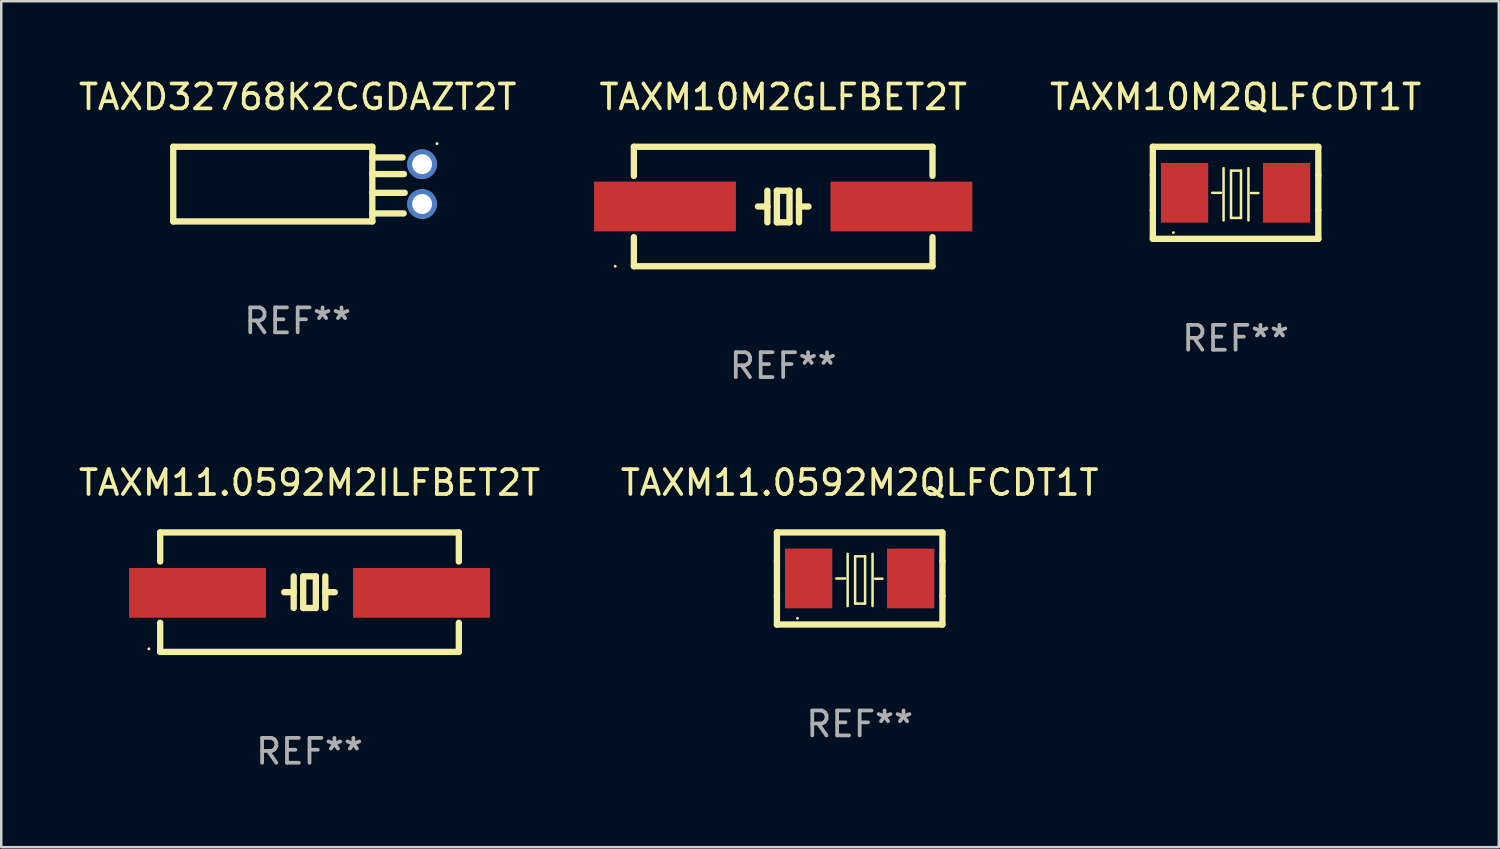
<source format=kicad_pcb>
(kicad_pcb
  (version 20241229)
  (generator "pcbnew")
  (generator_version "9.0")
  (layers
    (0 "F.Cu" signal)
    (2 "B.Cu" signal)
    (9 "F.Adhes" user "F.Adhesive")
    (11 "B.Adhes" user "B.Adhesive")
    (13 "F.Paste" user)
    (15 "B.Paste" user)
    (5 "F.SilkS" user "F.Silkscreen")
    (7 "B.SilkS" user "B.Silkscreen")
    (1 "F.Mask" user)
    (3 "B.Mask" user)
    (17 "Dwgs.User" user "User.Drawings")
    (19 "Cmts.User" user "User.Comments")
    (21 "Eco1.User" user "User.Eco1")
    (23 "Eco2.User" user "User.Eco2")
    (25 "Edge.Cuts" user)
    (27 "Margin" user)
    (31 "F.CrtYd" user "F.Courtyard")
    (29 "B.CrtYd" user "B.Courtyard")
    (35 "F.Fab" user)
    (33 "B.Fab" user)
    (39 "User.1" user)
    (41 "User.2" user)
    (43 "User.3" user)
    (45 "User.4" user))
  (footprint "TAXM10M2QLFCDT1T"
    (layer "F.Cu")
    (at 46.599 4.698)
    (property "Reference" "TAXM10M2QLFCDT1T" (at 0 -3.85 0) (layer "F.SilkS") (effects (font (size 1 1) (thickness 0.15))))
    (attr through_hole)
    (fp_line (start -3.325 0.7) (end -3.325 -0.7) (stroke (width 0.254) (type solid)) (layer "F.SilkS"))
    (fp_line (start -3.325 -1.85) (end 3.325 -1.85) (stroke (width 0.254) (type solid)) (layer "F.SilkS"))
    (fp_line (start -3.325 -0.7) (end -3.325 -1.85) (stroke (width 0.254) (type solid)) (layer "F.SilkS"))
    (fp_line (start -3.325 1.85) (end -3.325 0.7) (stroke (width 0.254) (type solid)) (layer "F.SilkS"))
    (fp_line (start -0.94 -0.000127) (end -0.584 -0.000127) (stroke (width 0.1) (type solid)) (layer "F.SilkS"))
    (fp_line (start -0.483 -0.991) (end -0.483 1.109) (stroke (width 0.1) (type solid)) (layer "F.SilkS"))
    (fp_line (start -0.183 -0.891) (end -0.183 1.009) (stroke (width 0.1) (type solid)) (layer "F.SilkS"))
    (fp_line (start -0.183 1.009) (end 0.217 1.009) (stroke (width 0.1) (type solid)) (layer "F.SilkS"))
    (fp_line (start 0.217 -0.891) (end -0.183 -0.891) (stroke (width 0.1) (type solid)) (layer "F.SilkS"))
    (fp_line (start 0.217 1.009) (end 0.217 -0.891) (stroke (width 0.1) (type solid)) (layer "F.SilkS"))
    (fp_line (start 0.517 -0.991) (end 0.517 1.109) (stroke (width 0.1) (type solid)) (layer "F.SilkS"))
    (fp_line (start 0.617 0.009) (end 0.917 0.009) (stroke (width 0.1) (type solid)) (layer "F.SilkS"))
    (fp_line (start 3.325 -1.85) (end 3.325 -0.7) (stroke (width 0.254) (type solid)) (layer "F.SilkS"))
    (fp_line (start 3.325 0.7) (end 3.325 1.85) (stroke (width 0.254) (type solid)) (layer "F.SilkS"))
    (fp_line (start 3.325 1.85) (end -3.325 1.85) (stroke (width 0.254) (type solid)) (layer "F.SilkS"))
    (fp_line (start 3.325 -0.7) (end 3.325 0.7) (stroke (width 0.254) (type solid)) (layer "F.SilkS"))
    (fp_circle (center -2.5 1.6) (end -2.47 1.6) (stroke (width 0.06) (type solid)) (fill no) (layer "F.SilkS"))
    (fp_text user "REF**" (at 0 5.85 0) (layer "F.Fab") (effects (font (size 1 1) (thickness 0.15))))
    (pad "1" smd rect (at -2.05 -0.000127) (size 1.9 2.4) (layers "F.Cu" "F.Mask" "F.Paste"))
    (pad "2" smd rect (at 2.05 -0.000127) (size 1.9 2.4) (layers "F.Cu" "F.Mask" "F.Paste")))
  (footprint "TAXM11.0592M2QLFCDT1T"
    (layer "F.Cu")
    (at 31.494 20.195)
    (property "Reference" "TAXM11.0592M2QLFCDT1T" (at 0 -3.85 0) (layer "F.SilkS") (effects (font (size 1 1) (thickness 0.15))))
    (attr through_hole)
    (fp_line (start -3.325 0.7) (end -3.325 -0.7) (stroke (width 0.254) (type solid)) (layer "F.SilkS"))
    (fp_line (start -3.325 -1.85) (end 3.325 -1.85) (stroke (width 0.254) (type solid)) (layer "F.SilkS"))
    (fp_line (start -3.325 -0.7) (end -3.325 -1.85) (stroke (width 0.254) (type solid)) (layer "F.SilkS"))
    (fp_line (start -3.325 1.85) (end -3.325 0.7) (stroke (width 0.254) (type solid)) (layer "F.SilkS"))
    (fp_line (start -0.94 -0.000127) (end -0.584 -0.000127) (stroke (width 0.1) (type solid)) (layer "F.SilkS"))
    (fp_line (start -0.483 -0.991) (end -0.483 1.109) (stroke (width 0.1) (type solid)) (layer "F.SilkS"))
    (fp_line (start -0.183 -0.891) (end -0.183 1.009) (stroke (width 0.1) (type solid)) (layer "F.SilkS"))
    (fp_line (start -0.183 1.009) (end 0.217 1.009) (stroke (width 0.1) (type solid)) (layer "F.SilkS"))
    (fp_line (start 0.217 -0.891) (end -0.183 -0.891) (stroke (width 0.1) (type solid)) (layer "F.SilkS"))
    (fp_line (start 0.217 1.009) (end 0.217 -0.891) (stroke (width 0.1) (type solid)) (layer "F.SilkS"))
    (fp_line (start 0.517 -0.991) (end 0.517 1.109) (stroke (width 0.1) (type solid)) (layer "F.SilkS"))
    (fp_line (start 0.617 0.009) (end 0.917 0.009) (stroke (width 0.1) (type solid)) (layer "F.SilkS"))
    (fp_line (start 3.325 -1.85) (end 3.325 -0.7) (stroke (width 0.254) (type solid)) (layer "F.SilkS"))
    (fp_line (start 3.325 0.7) (end 3.325 1.85) (stroke (width 0.254) (type solid)) (layer "F.SilkS"))
    (fp_line (start 3.325 1.85) (end -3.325 1.85) (stroke (width 0.254) (type solid)) (layer "F.SilkS"))
    (fp_line (start 3.325 -0.7) (end 3.325 0.7) (stroke (width 0.254) (type solid)) (layer "F.SilkS"))
    (fp_circle (center -2.5 1.6) (end -2.47 1.6) (stroke (width 0.06) (type solid)) (fill no) (layer "F.SilkS"))
    (fp_text user "REF**" (at 0 5.85 0) (layer "F.Fab") (effects (font (size 1 1) (thickness 0.15))))
    (pad "1" smd rect (at -2.05 -0.000127) (size 1.9 2.4) (layers "F.Cu" "F.Mask" "F.Paste"))
    (pad "2" smd rect (at 2.05 -0.000127) (size 1.9 2.4) (layers "F.Cu" "F.Mask" "F.Paste")))
  (footprint "TAXD32768K2CGDAZT2T"
    (layer "F.Cu")
    (at 8.911 4.348)
    (property "Reference" "TAXD32768K2CGDAZT2T" (at 0 -3.5 0) (layer "F.SilkS") (effects (font (size 1 1) (thickness 0.15))))
    (attr through_hole)
    (fp_line (start -5 -1.5) (end -5 1.5) (stroke (width 0.254) (type solid)) (layer "F.SilkS"))
    (fp_line (start 3 -1.5) (end -5 -1.5) (stroke (width 0.254) (type solid)) (layer "F.SilkS"))
    (fp_line (start 3 -1.5) (end 3 1.5) (stroke (width 0.254) (type solid)) (layer "F.SilkS"))
    (fp_line (start 3 -1.071) (end 4.214 -1.071) (stroke (width 0.254) (type solid)) (layer "F.SilkS"))
    (fp_line (start 3 -0.403) (end 4.27 -0.403) (stroke (width 0.254) (type solid)) (layer "F.SilkS"))
    (fp_line (start 3 0.35) (end 4.302 0.35) (stroke (width 0.254) (type solid)) (layer "F.SilkS"))
    (fp_line (start 3 1.178) (end 4.26 1.178) (stroke (width 0.254) (type solid)) (layer "F.SilkS"))
    (fp_line (start 3 1.5) (end -5 1.5) (stroke (width 0.254) (type solid)) (layer "F.SilkS"))
    (fp_circle (center 5.6 -1.627) (end 5.63 -1.627) (stroke (width 0.06) (type solid)) (fill no) (layer "F.SilkS"))
    (fp_text user "REF**" (at 0 5.5 0) (layer "F.Fab") (effects (font (size 1 1) (thickness 0.15))))
    (pad "1" thru_hole circle (at 5 -0.8) (size 1.2 1.2) (drill 0.8) (layers "*.Cu" "*.Mask"))
    (pad "2" thru_hole circle (at 5 0.8) (size 1.2 1.2) (drill 0.8) (layers "*.Cu" "*.Mask")))
  (footprint "TAXM10M2GLFBET2T"
    (layer "F.Cu")
    (at 28.421 5.248)
    (property "Reference" "TAXM10M2GLFBET2T" (at 0 -4.4 0) (layer "F.SilkS") (effects (font (size 1 1) (thickness 0.15))))
    (attr through_hole)
    (fp_line (start -6 -2.4) (end -6 -1.231) (stroke (width 0.254) (type solid)) (layer "F.SilkS"))
    (fp_line (start -6 -2.4) (end 6 -2.4) (stroke (width 0.254) (type solid)) (layer "F.SilkS"))
    (fp_line (start -6 1.231) (end -6 2.4) (stroke (width 0.254) (type solid)) (layer "F.SilkS"))
    (fp_line (start -6 2.4) (end 6 2.4) (stroke (width 0.254) (type solid)) (layer "F.SilkS"))
    (fp_line (start -0.635 -0.635) (end -0.635 0) (stroke (width 0.254) (type solid)) (layer "F.SilkS"))
    (fp_line (start -0.635 0) (end -1.016 0) (stroke (width 0.254) (type solid)) (layer "F.SilkS"))
    (fp_line (start -0.635 0) (end -0.635 0.635) (stroke (width 0.254) (type solid)) (layer "F.SilkS"))
    (fp_line (start -0.254 -0.635) (end -0.254 0.635) (stroke (width 0.254) (type solid)) (layer "F.SilkS"))
    (fp_line (start -0.254 0.635) (end 0.254 0.635) (stroke (width 0.254) (type solid)) (layer "F.SilkS"))
    (fp_line (start 0.254 -0.635) (end -0.254 -0.635) (stroke (width 0.254) (type solid)) (layer "F.SilkS"))
    (fp_line (start 0.254 0.635) (end 0.254 -0.635) (stroke (width 0.254) (type solid)) (layer "F.SilkS"))
    (fp_line (start 0.635 -0.635) (end 0.635 0) (stroke (width 0.254) (type solid)) (layer "F.SilkS"))
    (fp_line (start 0.635 0) (end 0.635 0.635) (stroke (width 0.254) (type solid)) (layer "F.SilkS"))
    (fp_line (start 0.635 0) (end 1.016 0) (stroke (width 0.254) (type solid)) (layer "F.SilkS"))
    (fp_line (start 6 -2.4) (end 6 -1.231) (stroke (width 0.254) (type solid)) (layer "F.SilkS"))
    (fp_line (start 6 1.231) (end 6 2.4) (stroke (width 0.254) (type solid)) (layer "F.SilkS"))
    (fp_circle (center -6.75 2.4) (end -6.72 2.4) (stroke (width 0.06) (type solid)) (fill no) (layer "F.SilkS"))
    (fp_text user "REF**" (at 0 6.4 0) (layer "F.Fab") (effects (font (size 1 1) (thickness 0.15))))
    (pad "1" smd rect (at -4.75 0) (size 5.7 2) (layers "F.Cu" "F.Mask" "F.Paste"))
    (pad "2" smd rect (at 4.75 0) (size 5.7 2) (layers "F.Cu" "F.Mask" "F.Paste")))
  (footprint "TAXM11.0592M2ILFBET2T"
    (layer "F.Cu")
    (at 9.387 20.745)
    (property "Reference" "TAXM11.0592M2ILFBET2T" (at 0 -4.4 0) (layer "F.SilkS") (effects (font (size 1 1) (thickness 0.15))))
    (attr through_hole)
    (fp_line (start -6 -2.4) (end -6 -1.231) (stroke (width 0.254) (type solid)) (layer "F.SilkS"))
    (fp_line (start -6 -2.4) (end 6 -2.4) (stroke (width 0.254) (type solid)) (layer "F.SilkS"))
    (fp_line (start -6 1.231) (end -6 2.4) (stroke (width 0.254) (type solid)) (layer "F.SilkS"))
    (fp_line (start -6 2.4) (end 6 2.4) (stroke (width 0.254) (type solid)) (layer "F.SilkS"))
    (fp_line (start -0.635 -0.635) (end -0.635 0) (stroke (width 0.254) (type solid)) (layer "F.SilkS"))
    (fp_line (start -0.635 0) (end -1.016 0) (stroke (width 0.254) (type solid)) (layer "F.SilkS"))
    (fp_line (start -0.635 0) (end -0.635 0.635) (stroke (width 0.254) (type solid)) (layer "F.SilkS"))
    (fp_line (start -0.254 -0.635) (end -0.254 0.635) (stroke (width 0.254) (type solid)) (layer "F.SilkS"))
    (fp_line (start -0.254 0.635) (end 0.254 0.635) (stroke (width 0.254) (type solid)) (layer "F.SilkS"))
    (fp_line (start 0.254 -0.635) (end -0.254 -0.635) (stroke (width 0.254) (type solid)) (layer "F.SilkS"))
    (fp_line (start 0.254 0.635) (end 0.254 -0.635) (stroke (width 0.254) (type solid)) (layer "F.SilkS"))
    (fp_line (start 0.635 -0.635) (end 0.635 0) (stroke (width 0.254) (type solid)) (layer "F.SilkS"))
    (fp_line (start 0.635 0) (end 0.635 0.635) (stroke (width 0.254) (type solid)) (layer "F.SilkS"))
    (fp_line (start 0.635 0) (end 1.016 0) (stroke (width 0.254) (type solid)) (layer "F.SilkS"))
    (fp_line (start 6 -2.4) (end 6 -1.231) (stroke (width 0.254) (type solid)) (layer "F.SilkS"))
    (fp_line (start 6 1.231) (end 6 2.4) (stroke (width 0.254) (type solid)) (layer "F.SilkS"))
    (fp_circle (center -6.455 2.277) (end -6.425 2.277) (stroke (width 0.06) (type solid)) (fill no) (layer "F.SilkS"))
    (fp_text user "REF**" (at 0 6.4 0) (layer "F.Fab") (effects (font (size 1 1) (thickness 0.15))))
    (pad "1" smd rect (at -4.5 0.027 180) (size 5.5 2) (layers "F.Cu" "F.Mask" "F.Paste"))
    (pad "2" smd rect (at 4.5 0.027) (size 5.5 2) (layers "F.Cu" "F.Mask" "F.Paste")))
  (gr_rect
    (start -3 -3)
    (end 57.176 30.993)
    (stroke (width 0.1) (type default))
    (fill no)
    (layer "Edge.Cuts")))
</source>
